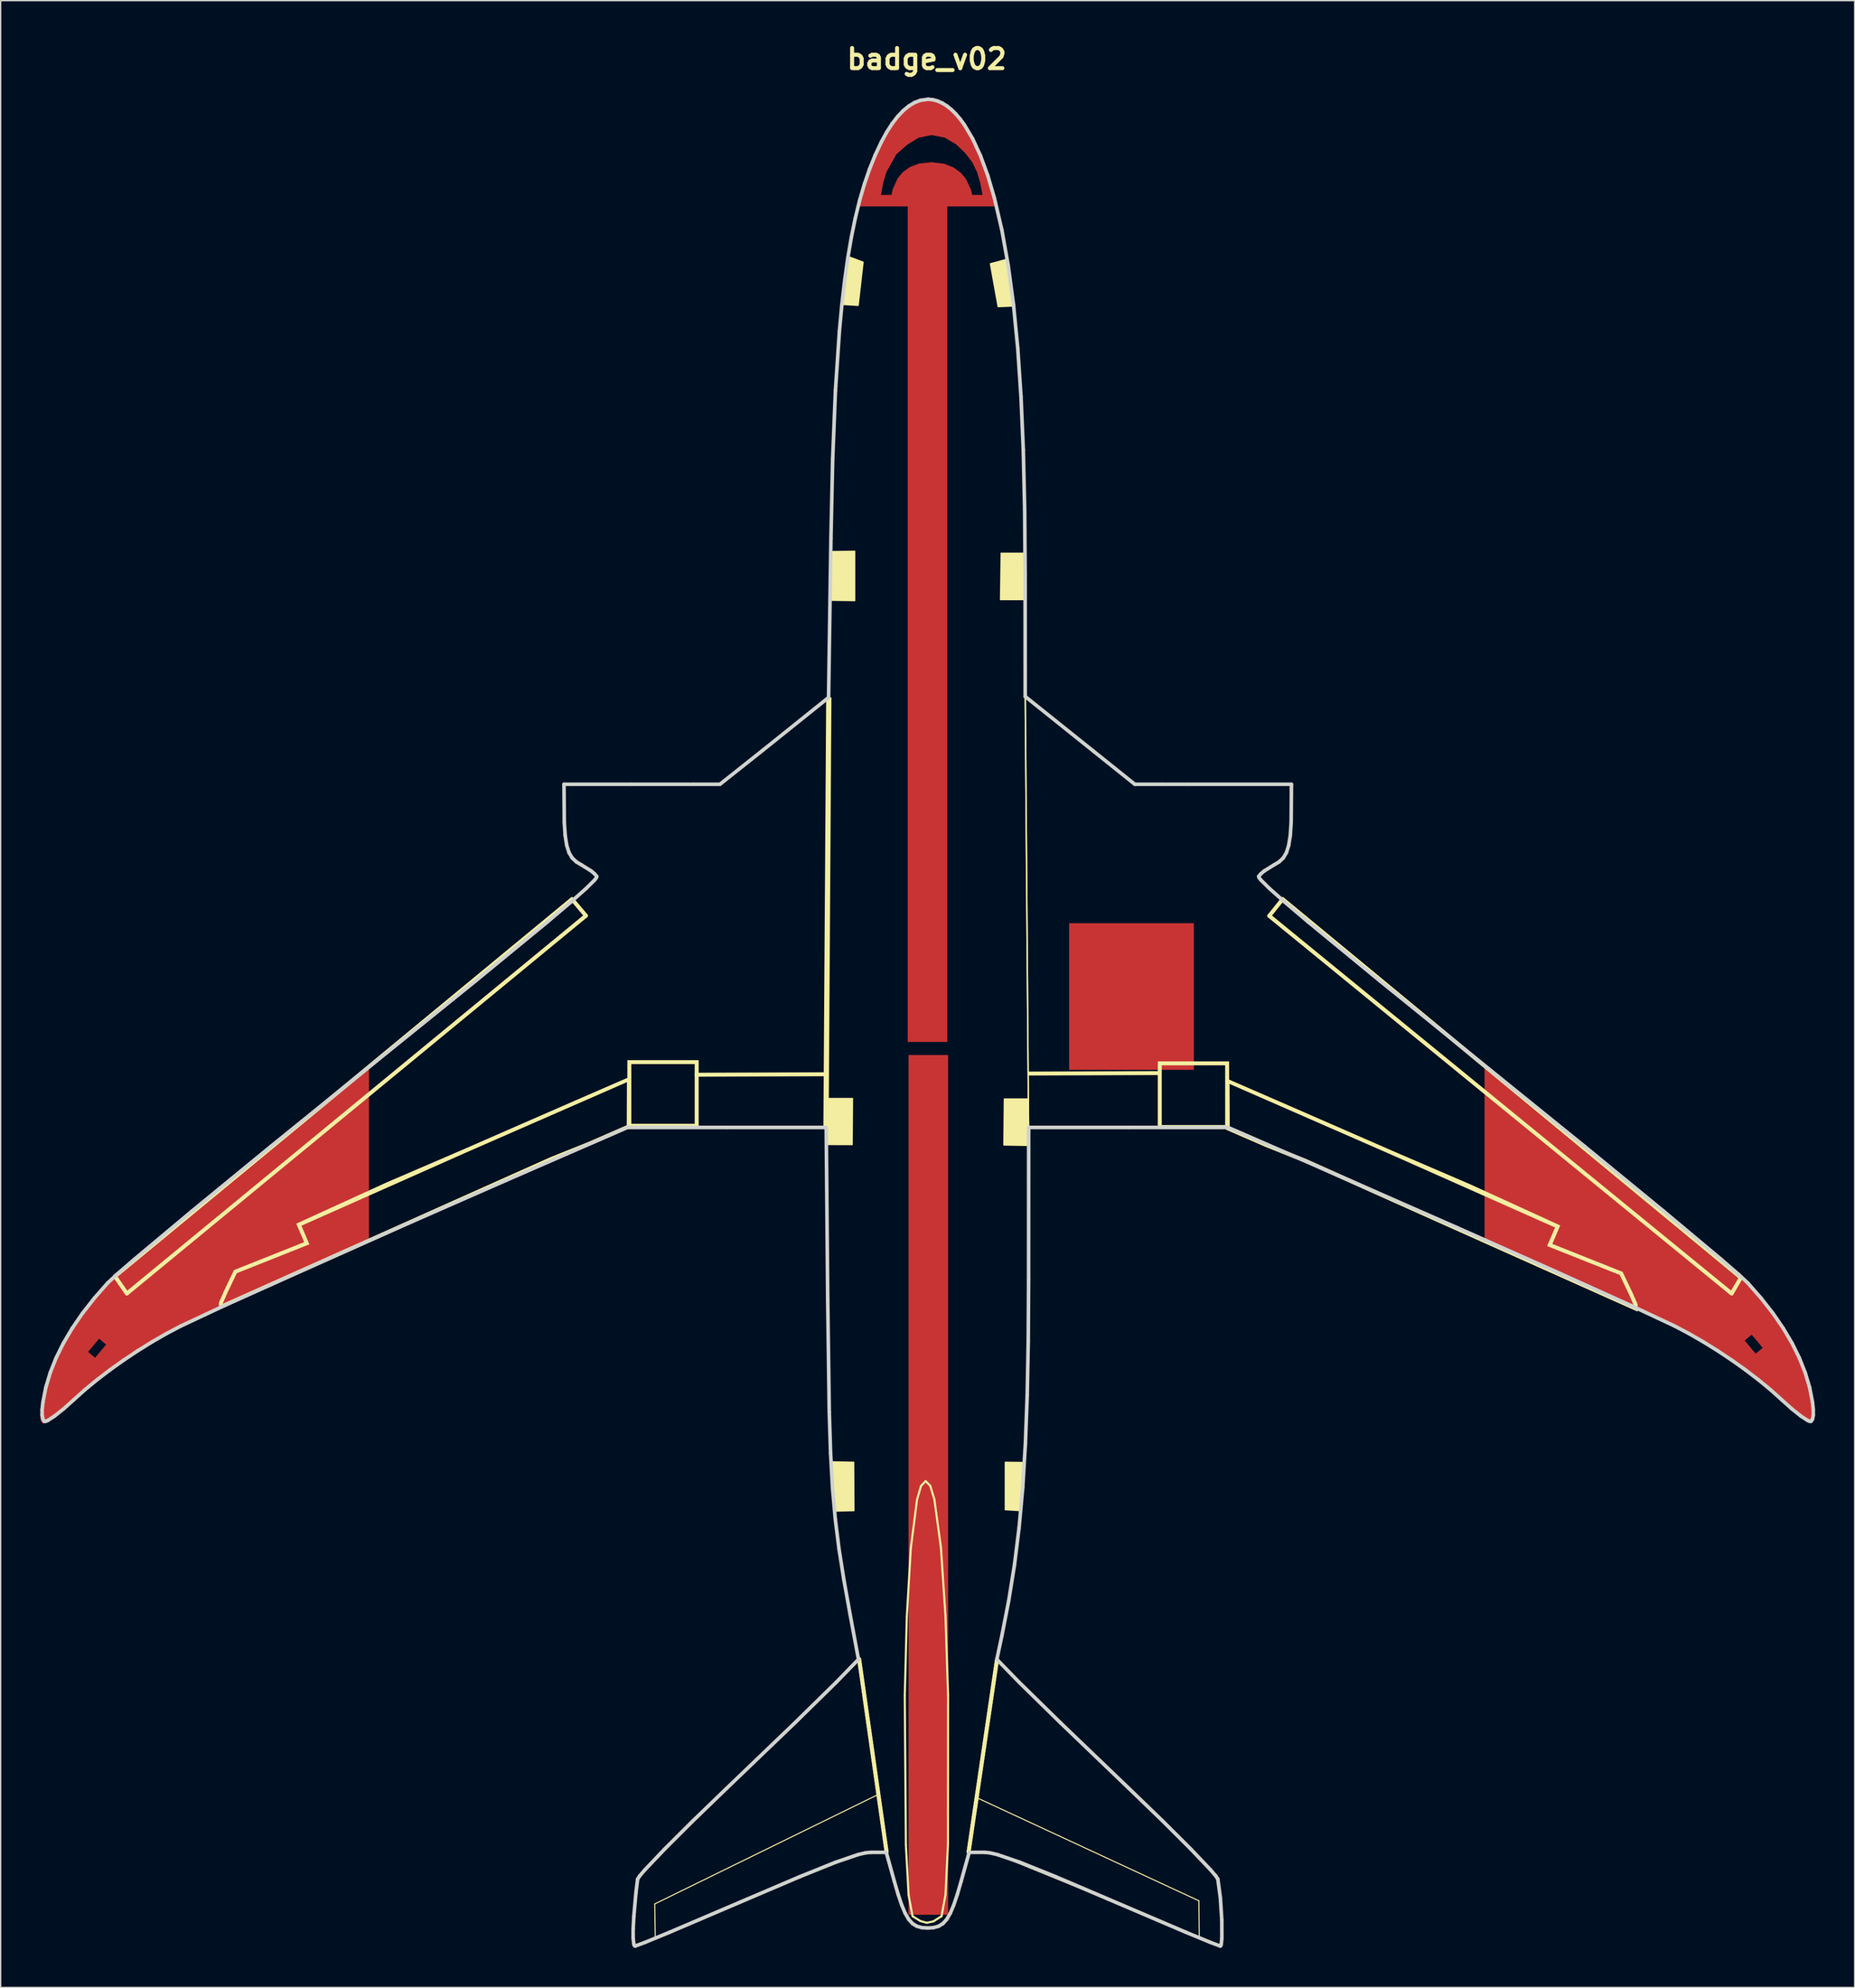
<source format=kicad_pcb>
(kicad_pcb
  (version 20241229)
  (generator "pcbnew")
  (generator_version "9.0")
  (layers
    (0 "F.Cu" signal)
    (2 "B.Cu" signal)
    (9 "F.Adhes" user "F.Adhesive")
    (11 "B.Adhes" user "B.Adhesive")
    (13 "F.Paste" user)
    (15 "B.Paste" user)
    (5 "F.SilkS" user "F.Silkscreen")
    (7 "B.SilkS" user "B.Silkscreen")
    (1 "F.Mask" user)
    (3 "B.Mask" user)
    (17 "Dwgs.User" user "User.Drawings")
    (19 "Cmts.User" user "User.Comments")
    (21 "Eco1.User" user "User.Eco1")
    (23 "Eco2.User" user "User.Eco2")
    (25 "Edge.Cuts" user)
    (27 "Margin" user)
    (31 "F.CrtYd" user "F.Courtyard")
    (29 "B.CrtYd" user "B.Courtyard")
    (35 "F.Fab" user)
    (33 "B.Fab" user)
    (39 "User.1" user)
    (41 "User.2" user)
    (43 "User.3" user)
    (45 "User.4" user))
  (footprint "badge_v02"
    (layer "F.Cu")
    (at 67.226 74.476)
    (property "Reference" "badge_v02" (at 0 -73.05 0) (layer "F.SilkS") (effects (font (size 1.524 1.524) (thickness 0.305))))
    (attr smd)
    (fp_poly (pts (xy -1.442 -63.713) (xy 1.558 -63.713) (xy 1.558 1.461) (xy -1.442 1.461) (xy -1.442 -63.713)) (stroke (width 0) (type solid)) (fill yes) (layer "F.Cu"))
    (fp_poly (pts (xy -1.381 2.454) (xy 1.619 2.454) (xy 1.619 67.628) (xy -1.381 67.628) (xy -1.381 2.454)) (stroke (width 0) (type solid)) (fill yes) (layer "F.Cu"))
    (fp_poly (pts (xy 10.798 -7.539) (xy 20.254 -7.539) (xy 20.254 3.575) (xy 10.798 3.575) (xy 10.798 -7.539)) (stroke (width 0) (type solid)) (fill yes) (layer "F.Cu"))
    (fp_poly (pts (xy -42.298 3.393) (xy -62.76 23.959) (xy -62.228 24.405) (xy -63.065 25.403) (xy -63.597 24.956) (xy -62.76 23.959) (xy -42.298 3.393) (xy -42.804 3.802) (xy -49.861 9.511) (xy -55.882 14.448) (xy -60.228 18.084) (xy -61.574 19.249) (xy -62.262 19.891) (xy -63.268 21.036) (xy -64.162 22.177) (xy -64.944 23.315) (xy -65.615 24.447) (xy -66.172 25.574) (xy -66.617 26.695) (xy -66.948 27.81) (xy -67.166 28.917) (xy -67.225 29.472) (xy -67.226 29.908) (xy -67.169 30.212) (xy -67.054 30.375) (xy -66.955 30.375) (xy -66.786 30.302) (xy -66.274 29.967) (xy -65.593 29.424) (xy -64.816 28.728) (xy -63.992 27.988) (xy -63.078 27.236) (xy -62.093 26.484) (xy -61.055 25.744) (xy -59.981 25.029) (xy -58.891 24.352) (xy -57.802 23.725) (xy -56.733 23.161) (xy -53.398 21.595) (xy -47.571 18.961) (xy -42.298 16.617) (xy -42.298 3.393)) (stroke (width 0) (type solid)) (fill yes) (layer "F.Cu"))
    (fp_poly (pts (xy 42.298 3.241) (xy 62.554 23.652) (xy 63.391 24.649) (xy 62.859 25.096) (xy 62.022 24.098) (xy 62.554 23.652) (xy 42.298 3.241) (xy 42.298 16.465) (xy 47.571 18.809) (xy 53.398 21.443) (xy 56.732 23.009) (xy 57.802 23.574) (xy 58.891 24.2) (xy 59.981 24.877) (xy 61.055 25.592) (xy 62.093 26.332) (xy 63.078 27.084) (xy 63.992 27.836) (xy 64.816 28.576) (xy 65.593 29.272) (xy 66.274 29.815) (xy 66.786 30.15) (xy 66.955 30.223) (xy 67.054 30.223) (xy 67.168 30.06) (xy 67.226 29.756) (xy 67.225 29.32) (xy 67.166 28.765) (xy 66.948 27.658) (xy 66.617 26.543) (xy 66.172 25.423) (xy 65.615 24.295) (xy 64.944 23.163) (xy 64.162 22.025) (xy 63.267 20.884) (xy 62.262 19.739) (xy 61.574 19.097) (xy 60.228 17.932) (xy 55.882 14.296) (xy 49.861 9.359) (xy 42.804 3.65) (xy 42.298 3.241)) (stroke (width 0) (type solid)) (fill yes) (layer "F.Cu"))
    (fp_poly (pts (xy 0.108 -70.002) (xy 0.362 -67.288) (xy 1.364 -67.092) (xy 2.219 -66.59) (xy 2.917 -65.923) (xy 3.448 -65.23) (xy 3.819 -64.472) (xy 4.06 -63.66) (xy 4.228 -62.747) (xy 3.448 -62.747) (xy 3.361 -63.132) (xy 2.96 -63.979) (xy 2.574 -64.433) (xy 2.031 -64.832) (xy 1.302 -65.116) (xy 0.362 -65.23) (xy -0.576 -65.131) (xy -1.299 -64.853) (xy -1.835 -64.456) (xy -2.211 -63.998) (xy -2.594 -63.139) (xy -2.673 -62.747) (xy -3.469 -62.747) (xy -3.302 -63.676) (xy -3.057 -64.49) (xy -2.299 -65.838) (xy -1.461 -66.569) (xy -0.629 -67.08) (xy 0.362 -67.288) (xy 0.108 -70.002) (xy -0.485 -69.919) (xy -0.92 -69.752) (xy -1.354 -69.492) (xy -1.784 -69.138) (xy -2.209 -68.689) (xy -2.628 -68.145) (xy -3.039 -67.505) (xy -3.44 -66.769) (xy -3.906 -65.777) (xy -4.335 -64.714) (xy -4.729 -63.567) (xy -5.091 -62.329) (xy -5.202 -61.878) (xy 5.278 -61.878) (xy 5.13 -62.51) (xy 4.624 -64.227) (xy 4.072 -65.727) (xy 3.48 -67.007) (xy 2.854 -68.064) (xy 2.531 -68.507) (xy 2.2 -68.894) (xy 1.865 -69.223) (xy 1.525 -69.495) (xy 1.181 -69.709) (xy 0.834 -69.864) (xy 0.484 -69.961) (xy 0.108 -70.002)) (stroke (width 0) (type solid)) (fill yes) (layer "F.Cu"))
    (fp_poly (pts (xy -63.597 24.956) (xy -62.76 23.958) (xy -62.228 24.405) (xy -63.065 25.403) (xy -63.597 24.956)) (stroke (width 0) (type solid)) (fill yes) (layer "F.Mask"))
    (fp_poly (pts (xy 63.392 24.649) (xy 62.554 23.652) (xy 62.022 24.098) (xy 62.859 25.096) (xy 63.392 24.649)) (stroke (width 0) (type solid)) (fill yes) (layer "F.Mask"))
    (fp_poly (pts (xy -3.678 -63.717) (xy -3.433 -64.531) (xy -2.675 -65.879) (xy -1.838 -66.61) (xy -1.006 -67.121) (xy -0.014 -67.328) (xy 0.988 -67.133) (xy 1.843 -66.631) (xy 2.54 -65.964) (xy 3.071 -65.271) (xy 3.443 -64.513) (xy 3.684 -63.701) (xy 3.852 -62.788) (xy 3.071 -62.788) (xy 2.985 -63.173) (xy 2.584 -64.02) (xy 2.198 -64.474) (xy 1.655 -64.873) (xy 0.926 -65.157) (xy -0.014 -65.271) (xy -0.953 -65.172) (xy -1.676 -64.894) (xy -2.211 -64.496) (xy -2.587 -64.039) (xy -2.97 -63.18) (xy -3.049 -62.788) (xy -3.845 -62.788) (xy -3.678 -63.717)) (stroke (width 0.07) (type solid)) (fill yes) (layer "F.Mask"))
    (fp_poly (pts (xy 19.26 -7.152) (xy 16.177 -5.154) (xy 16.256 -5.119) (xy 16.191 -5.038) (xy 16.125 -4.976) (xy 16.033 -5.093) (xy 15.941 -5.209) (xy 15.941 -5.209) (xy 16.019 -5.189) (xy 16.177 -5.154) (xy 19.26 -7.152) (xy 15.822 -4.675) (xy 15.715 -4.554) (xy 15.587 -4.43) (xy 15.573 -4.509) (xy 15.567 -4.703) (xy 15.577 -4.979) (xy 15.577 -4.979) (xy 15.705 -4.827) (xy 15.822 -4.675) (xy 19.26 -7.152) (xy 15.153 -3.93) (xy 15.047 -3.813) (xy 14.621 -3.309) (xy 14.107 -2.663) (xy 13.802 -2.279) (xy 13.783 -2.267) (xy 13.777 -2.279) (xy 13.787 -2.36) (xy 13.86 -2.702) (xy 13.976 -3.063) (xy 14.131 -3.432) (xy 14.322 -3.797) (xy 14.689 -4.363) (xy 15.055 -4.855) (xy 15.151 -4.965) (xy 15.151 -4.965) (xy 15.152 -4.448) (xy 15.153 -3.93) (xy 19.26 -7.152) (xy 19.067 -7.13) (xy 13.278 -1.773) (xy 13.349 -1.757) (xy 13.361 -1.726) (xy 13.269 -1.552) (xy 13.049 -1.209) (xy 12.64 -0.586) (xy 12.543 -0.426) (xy 12.468 -0.593) (xy 12.365 -0.847) (xy 12.282 -1.101) (xy 12.22 -1.354) (xy 12.179 -1.606) (xy 12.158 -1.781) (xy 12.158 -1.781) (xy 12.759 -1.781) (xy 13.278 -1.773) (xy 19.067 -7.13) (xy 18.845 -7.064) (xy 16.775 -4.931) (xy 16.956 -4.83) (xy 17.196 -4.679) (xy 17.423 -4.502) (xy 17.636 -4.302) (xy 17.833 -4.082) (xy 18.011 -3.844) (xy 18.167 -3.592) (xy 18.299 -3.328) (xy 18.406 -3.055) (xy 18.516 -2.63) (xy 18.571 -2.274) (xy 18.558 -2.245) (xy 18.486 -2.23) (xy 17.981 -2.222) (xy 17.39 -2.222) (xy 17.371 -2.353) (xy 17.301 -2.739) (xy 17.204 -3.097) (xy 17.102 -3.358) (xy 16.952 -3.678) (xy 16.781 -4.004) (xy 16.615 -4.284) (xy 16.449 -4.574) (xy 16.497 -4.645) (xy 16.612 -4.769) (xy 16.775 -4.931) (xy 16.775 -4.931) (xy 18.845 -7.064) (xy 18.595 -6.956) (xy 16.027 -4.129) (xy 16.089 -4.186) (xy 16.135 -4.203) (xy 16.135 -4.203) (xy 16.165 -4.191) (xy 16.195 -4.158) (xy 16.274 -4.037) (xy 16.502 -3.643) (xy 16.695 -3.229) (xy 16.84 -2.822) (xy 16.929 -2.446) (xy 16.965 -2.222) (xy 16.266 -2.222) (xy 15.566 -2.222) (xy 15.566 -2.91) (xy 15.566 -3.599) (xy 15.812 -3.883) (xy 16.027 -4.129) (xy 18.595 -6.956) (xy 18.32 -6.806) (xy 18.022 -6.616) (xy 15.153 -3.11) (xy 15.153 -2.666) (xy 15.153 -2.222) (xy 14.808 -2.222) (xy 14.463 -2.236) (xy 14.808 -2.68) (xy 15.153 -3.11) (xy 18.022 -6.616) (xy 17.704 -6.388) (xy 14.094 -1.767) (xy 14.623 -1.775) (xy 15.153 -1.783) (xy 15.153 -1.782) (xy 15.153 -0.402) (xy 15.146 0.976) (xy 14.856 0.595) (xy 14.476 0.053) (xy 14.306 -0.229) (xy 14.154 -0.519) (xy 14.025 -0.807) (xy 13.924 -1.082) (xy 13.823 -1.395) (xy 13.958 -1.581) (xy 14.094 -1.767) (xy 17.704 -6.388) (xy 17.366 -6.121) (xy 17.011 -5.816) (xy 16.788 -5.618) (xy 14.745 -5.193) (xy 14.752 -5.178) (xy 14.726 -5.132) (xy 14.55 -4.897) (xy 14.241 -4.464) (xy 13.967 -4.025) (xy 13.74 -3.602) (xy 13.572 -3.213) (xy 13.43 -2.72) (xy 13.38 -2.478) (xy 13.361 -2.308) (xy 13.361 -2.222) (xy 12.759 -2.222) (xy 12.158 -2.222) (xy 12.18 -2.41) (xy 12.255 -2.81) (xy 12.38 -3.195) (xy 12.552 -3.562) (xy 12.767 -3.905) (xy 13.021 -4.219) (xy 13.31 -4.499) (xy 13.632 -4.739) (xy 13.981 -4.935) (xy 14.34 -5.078) (xy 14.694 -5.185) (xy 14.745 -5.193) (xy 14.745 -5.193) (xy 16.788 -5.618) (xy 13.509 -0.959) (xy 13.586 -0.756) (xy 13.757 -0.371) (xy 13.982 0.046) (xy 14.251 0.475) (xy 14.55 0.893) (xy 14.749 1.162) (xy 14.755 1.188) (xy 14.722 1.192) (xy 14.491 1.13) (xy 14.055 0.965) (xy 13.649 0.746) (xy 13.289 0.484) (xy 13.13 0.34) (xy 12.989 0.189) (xy 12.854 0.031) (xy 12.917 -0.078) (xy 13.244 -0.573) (xy 13.509 -0.959) (xy 13.509 -0.959) (xy 16.788 -5.618) (xy 16.552 -5.697) (xy 16.267 -5.782) (xy 15.997 -5.836) (xy 15.707 -5.865) (xy 15.36 -5.873) (xy 15.567 -1.781) (xy 16.266 -1.781) (xy 16.965 -1.781) (xy 16.931 -1.567) (xy 16.878 -1.308) (xy 16.801 -1.045) (xy 16.701 -0.778) (xy 16.574 -0.503) (xy 16.422 -0.22) (xy 16.241 0.075) (xy 15.794 0.707) (xy 15.577 0.976) (xy 15.567 -0.402) (xy 15.567 -1.781) (xy 15.567 -1.781) (xy 15.36 -5.873) (xy 14.927 -5.86) (xy 14.603 -5.81) (xy 14.33 -5.741) (xy 14.065 -5.655) (xy 13.811 -5.551) (xy 13.567 -5.432) (xy 13.334 -5.296) (xy 13.112 -5.145) (xy 12.902 -4.979) (xy 12.704 -4.798) (xy 12.52 -4.604) (xy 12.348 -4.396) (xy 12.191 -4.175) (xy 12.048 -3.942) (xy 11.921 -3.697) (xy 11.809 -3.441) (xy 11.712 -3.174) (xy 11.633 -2.897) (xy 11.591 -2.715) (xy 11.568 -2.551) (xy 11.556 -2.002) (xy 18.363 -1.782) (xy 18.508 -1.766) (xy 18.546 -1.746) (xy 18.565 -1.715) (xy 18.562 -1.61) (xy 18.529 -1.433) (xy 18.479 -1.197) (xy 18.412 -0.967) (xy 18.33 -0.745) (xy 18.231 -0.53) (xy 18.117 -0.322) (xy 17.987 -0.122) (xy 17.841 0.069) (xy 17.679 0.252) (xy 17.387 0.524) (xy 17.058 0.761) (xy 16.708 0.954) (xy 16.352 1.094) (xy 16.039 1.182) (xy 15.946 1.202) (xy 16.166 0.916) (xy 16.419 0.574) (xy 16.641 0.24) (xy 16.834 -0.087) (xy 16.998 -0.408) (xy 17.133 -0.724) (xy 17.241 -1.036) (xy 17.32 -1.344) (xy 17.373 -1.65) (xy 17.389 -1.781) (xy 17.98 -1.781) (xy 18.363 -1.782) (xy 18.363 -1.782) (xy 18.363 -1.782) (xy 11.556 -2.002) (xy 11.567 -1.451) (xy 11.59 -1.288) (xy 11.632 -1.106) (xy 11.715 -0.823) (xy 11.817 -0.539) (xy 11.933 -0.271) (xy 12.057 -0.033) (xy 12.182 0.185) (xy 12.067 0.394) (xy 11.753 1.015) (xy 11.478 1.641) (xy 11.356 1.969) (xy 11.278 2.235) (xy 11.237 2.472) (xy 11.225 2.713) (xy 11.235 2.933) (xy 11.271 3.09) (xy 11.34 3.202) (xy 11.448 3.286) (xy 11.57 3.336) (xy 11.744 3.338) (xy 11.903 3.311) (xy 12.079 3.25) (xy 12.273 3.155) (xy 12.484 3.027) (xy 12.71 2.867) (xy 12.95 2.674) (xy 13.472 2.194) (xy 13.899 1.771) (xy 13.637 1.975) (xy 13.04 2.417) (xy 12.528 2.747) (xy 12.106 2.963) (xy 11.931 3.027) (xy 11.781 3.061) (xy 11.67 3.064) (xy 11.597 3.016) (xy 11.564 2.977) (xy 11.547 2.931) (xy 11.55 2.744) (xy 11.607 2.43) (xy 11.74 2.043) (xy 11.95 1.581) (xy 12.237 1.04) (xy 12.487 0.593) (xy 12.738 0.829) (xy 12.932 0.999) (xy 13.133 1.154) (xy 13.342 1.296) (xy 13.558 1.422) (xy 14.007 1.63) (xy 14.475 1.777) (xy 14.958 1.862) (xy 15.204 1.881) (xy 15.451 1.884) (xy 15.699 1.87) (xy 15.947 1.841) (xy 16.196 1.795) (xy 16.443 1.732) (xy 16.717 1.635) (xy 17.026 1.495) (xy 17.329 1.333) (xy 17.587 1.169) (xy 17.834 0.967) (xy 18.102 0.709) (xy 18.35 0.437) (xy 18.54 0.19) (xy 18.739 -0.146) (xy 18.909 -0.51) (xy 19.045 -0.891) (xy 19.142 -1.277) (xy 19.18 -1.598) (xy 19.193 -2.001) (xy 19.18 -2.405) (xy 19.142 -2.725) (xy 19.046 -3.111) (xy 18.913 -3.483) (xy 18.745 -3.841) (xy 18.54 -4.184) (xy 18.329 -4.459) (xy 18.054 -4.755) (xy 17.759 -5.03) (xy 17.486 -5.241) (xy 17.24 -5.403) (xy 17.487 -5.64) (xy 17.81 -5.935) (xy 18.123 -6.198) (xy 18.42 -6.422) (xy 18.694 -6.604) (xy 18.936 -6.738) (xy 19.139 -6.821) (xy 19.296 -6.847) (xy 19.354 -6.838) (xy 19.399 -6.813) (xy 19.438 -6.76) (xy 19.463 -6.683) (xy 19.472 -6.465) (xy 19.426 -6.169) (xy 19.327 -5.803) (xy 19.254 -5.591) (xy 19.211 -5.503) (xy 19.026 -5.7) (xy 18.896 -5.843) (xy 18.866 -5.86) (xy 18.854 -5.845) (xy 18.747 -4.382) (xy 19.328 -4.864) (xy 19.905 -5.351) (xy 19.769 -5.369) (xy 19.503 -5.39) (xy 19.41 -5.398) (xy 19.372 -5.413) (xy 19.496 -5.728) (xy 19.595 -5.981) (xy 19.667 -6.21) (xy 19.711 -6.415) (xy 19.73 -6.595) (xy 19.721 -6.751) (xy 19.685 -6.884) (xy 19.622 -6.992) (xy 19.533 -7.077) (xy 19.411 -7.134) (xy 19.26 -7.153) (xy 19.26 -7.152)) (stroke (width 0.007) (type solid)) (fill yes) (layer "F.Mask"))
    (fp_line (start -61.559 19.23) (end -60.656 20.534) (stroke (width 0.3) (type solid)) (layer "F.SilkS"))
    (fp_line (start -60.656 20.534) (end -25.844 -8.108) (stroke (width 0.3) (type solid)) (layer "F.SilkS"))
    (fp_line (start -26.902 -9.362) (end -61.559 19.23) (stroke (width 0.3) (type solid)) (layer "F.SilkS"))
    (fp_line (start -25.844 -8.108) (end -26.902 -9.362) (stroke (width 0.3) (type solid)) (layer "F.SilkS"))
    (fp_line (start -20.627 66.808) (end -3.673 58.506) (stroke (width 0.079) (type solid)) (layer "F.SilkS"))
    (fp_line (start -20.589 69.323) (end -20.627 66.808) (stroke (width 0.079) (type solid)) (layer "F.SilkS"))
    (fp_line (start -19.775 69.07) (end -20.589 69.323) (stroke (width 0.079) (type solid)) (layer "F.SilkS"))
    (fp_line (start -17.65 68.202) (end -19.775 69.07) (stroke (width 0.079) (type solid)) (layer "F.SilkS"))
    (fp_line (start -14.704 66.956) (end -17.65 68.202) (stroke (width 0.079) (type solid)) (layer "F.SilkS"))
    (fp_line (start -11.425 65.569) (end -14.704 66.956) (stroke (width 0.079) (type solid)) (layer "F.SilkS"))
    (fp_line (start -8.303 64.276) (end -11.425 65.569) (stroke (width 0.079) (type solid)) (layer "F.SilkS"))
    (fp_line (start -5.825 63.315) (end -8.303 64.276) (stroke (width 0.079) (type solid)) (layer "F.SilkS"))
    (fp_line (start -5.127 48.248) (end -3.046 62.87) (stroke (width 0.3) (type solid)) (layer "F.SilkS"))
    (fp_line (start -4.482 62.923) (end -5.825 63.315) (stroke (width 0.079) (type solid)) (layer "F.SilkS"))
    (fp_line (start -3.673 58.506) (end -3.048 62.862) (stroke (width 0.079) (type solid)) (layer "F.SilkS"))
    (fp_line (start -3.048 62.862) (end -4.482 62.923) (stroke (width 0.079) (type solid)) (layer "F.SilkS"))
    (fp_line (start -3.046 62.87) (end -5.127 48.248) (stroke (width 0.3) (type solid)) (layer "F.SilkS"))
    (fp_line (start -1.667 51.024) (end -1.583 62.326) (stroke (width 0.159) (type solid)) (layer "F.SilkS"))
    (fp_line (start -1.583 62.326) (end -1.376 66.143) (stroke (width 0.159) (type solid)) (layer "F.SilkS"))
    (fp_line (start -1.513 45.04) (end -1.667 51.024) (stroke (width 0.159) (type solid)) (layer "F.SilkS"))
    (fp_line (start -1.376 66.143) (end -1.078 67.738) (stroke (width 0.159) (type solid)) (layer "F.SilkS"))
    (fp_line (start -1.208 39.833) (end -1.513 45.04) (stroke (width 0.159) (type solid)) (layer "F.SilkS"))
    (fp_line (start -1.078 67.738) (end -0.487 68.102) (stroke (width 0.159) (type solid)) (layer "F.SilkS"))
    (fp_line (start -0.737 36.154) (end -1.208 39.833) (stroke (width 0.159) (type solid)) (layer "F.SilkS"))
    (fp_line (start -0.487 68.102) (end 0.007 68.239) (stroke (width 0.159) (type solid)) (layer "F.SilkS"))
    (fp_line (start -0.435 35.121) (end -0.737 36.154) (stroke (width 0.159) (type solid)) (layer "F.SilkS"))
    (fp_line (start -0.086 34.752) (end -0.085 34.752) (stroke (width 0.159) (type solid)) (layer "F.SilkS"))
    (fp_line (start -0.085 34.752) (end -0.435 35.121) (stroke (width 0.159) (type solid)) (layer "F.SilkS"))
    (fp_line (start 0.007 68.239) (end 0.508 68.127) (stroke (width 0.159) (type solid)) (layer "F.SilkS"))
    (fp_line (start 0.266 35.109) (end -0.086 34.752) (stroke (width 0.159) (type solid)) (layer "F.SilkS"))
    (fp_line (start 0.508 68.127) (end 1.121 67.738) (stroke (width 0.159) (type solid)) (layer "F.SilkS"))
    (fp_line (start 0.576 36.13) (end 0.266 35.109) (stroke (width 0.159) (type solid)) (layer "F.SilkS"))
    (fp_line (start 1.075 39.791) (end 0.576 36.13) (stroke (width 0.159) (type solid)) (layer "F.SilkS"))
    (fp_line (start 1.121 67.738) (end 1.42 66.115) (stroke (width 0.159) (type solid)) (layer "F.SilkS"))
    (fp_line (start 1.419 44.985) (end 1.075 39.791) (stroke (width 0.159) (type solid)) (layer "F.SilkS"))
    (fp_line (start 1.42 66.115) (end 1.608 62.278) (stroke (width 0.159) (type solid)) (layer "F.SilkS"))
    (fp_line (start 1.608 62.278) (end 1.616 50.964) (stroke (width 0.159) (type solid)) (layer "F.SilkS"))
    (fp_line (start 1.616 50.964) (end 1.419 44.985) (stroke (width 0.159) (type solid)) (layer "F.SilkS"))
    (fp_line (start 3.174 62.87) (end 5.331 48.248) (stroke (width 0.3) (type solid)) (layer "F.SilkS"))
    (fp_line (start 3.193 62.856) (end 3.801 58.757) (stroke (width 0.079) (type solid)) (layer "F.SilkS"))
    (fp_line (start 3.801 58.757) (end 20.634 66.57) (stroke (width 0.079) (type solid)) (layer "F.SilkS"))
    (fp_line (start 5.261 63.035) (end 3.193 62.856) (stroke (width 0.079) (type solid)) (layer "F.SilkS"))
    (fp_line (start 5.331 48.248) (end 3.174 62.87) (stroke (width 0.3) (type solid)) (layer "F.SilkS"))
    (fp_line (start 7.47 -24.694) (end 7.718 7.902) (stroke (width 0.106) (type solid)) (layer "F.SilkS"))
    (fp_line (start 7.718 7.902) (end 7.47 -24.694) (stroke (width 0.106) (type solid)) (layer "F.SilkS"))
    (fp_line (start 20.634 66.57) (end 20.665 69.311) (stroke (width 0.079) (type solid)) (layer "F.SilkS"))
    (fp_line (start 20.665 69.311) (end 5.261 63.035) (stroke (width 0.079) (type solid)) (layer "F.SilkS"))
    (fp_line (start 25.972 -8.095) (end 61.034 20.534) (stroke (width 0.3) (type solid)) (layer "F.SilkS"))
    (fp_line (start 26.988 -9.362) (end 25.972 -8.095) (stroke (width 0.3) (type solid)) (layer "F.SilkS"))
    (fp_line (start 61.034 20.534) (end 61.737 19.33) (stroke (width 0.3) (type solid)) (layer "F.SilkS"))
    (fp_line (start 61.737 19.33) (end 26.988 -9.362) (stroke (width 0.3) (type solid)) (layer "F.SilkS"))
    (fp_poly (pts (xy -7.676 5.738) (xy -5.619 5.738) (xy -5.647 9.254) (xy -7.64 9.249) (xy -7.676 5.738)) (stroke (width 0.07) (type solid)) (fill yes) (layer "F.SilkS"))
    (fp_poly (pts (xy -7.627 -24.66) (xy -7.839 8.008) (xy -7.441 8.01) (xy -7.228 -24.658) (xy -7.627 -24.66)) (stroke (width 0) (type solid)) (fill yes) (layer "F.SilkS"))
    (fp_poly (pts (xy -7.623 3.761) (xy -17.589 3.797) (xy -17.589 4.097) (xy -7.623 4.062) (xy -7.623 3.761)) (stroke (width 0) (type solid)) (fill yes) (layer "F.SilkS"))
    (fp_poly (pts (xy -7.335 -35.721) (xy -5.454 -35.746) (xy -5.454 -31.984) (xy -7.36 -32.009) (xy -7.335 -35.721)) (stroke (width 0.07) (type solid)) (fill yes) (layer "F.SilkS"))
    (fp_poly (pts (xy -7.286 33.28) (xy -5.53 33.315) (xy -5.512 37.004) (xy -7.037 37.04) (xy -7.286 33.28)) (stroke (width 0.07) (type solid)) (fill yes) (layer "F.SilkS"))
    (fp_poly (pts (xy -5.881 -58.057) (xy -4.821 -57.658) (xy -5.195 -54.367) (xy -6.442 -54.442) (xy -5.881 -58.057)) (stroke (width 0.078) (type solid)) (fill yes) (layer "F.SilkS"))
    (fp_poly (pts (xy 6.05 -57.866) (xy 4.821 -57.535) (xy 5.409 -54.273) (xy 6.604 -54.323) (xy 6.05 -57.866)) (stroke (width 0.083) (type solid)) (fill yes) (layer "F.SilkS"))
    (fp_poly (pts (xy 7.399 33.333) (xy 5.944 33.315) (xy 5.944 36.933) (xy 7.115 37.004) (xy 7.399 33.333)) (stroke (width 0.07) (type solid)) (fill yes) (layer "F.SilkS"))
    (fp_poly (pts (xy 7.438 -35.596) (xy 5.632 -35.596) (xy 5.582 -32.06) (xy 7.413 -32.06) (xy 7.438 -35.596)) (stroke (width 0.07) (type solid)) (fill yes) (layer "F.SilkS"))
    (fp_poly (pts (xy 7.718 5.774) (xy 5.873 5.774) (xy 5.838 9.285) (xy 7.753 9.321) (xy 7.718 5.774)) (stroke (width 0.07) (type solid)) (fill yes) (layer "F.SilkS"))
    (fp_poly (pts (xy 17.649 3.674) (xy 7.682 3.709) (xy 7.682 4.008) (xy 17.649 3.973) (xy 17.649 3.674)) (stroke (width 0) (type solid)) (fill yes) (layer "F.SilkS"))
    (fp_poly (pts (xy -22.704 2.842) (xy -22.403 3.141) (xy -17.597 3.141) (xy -17.597 7.666) (xy -22.403 7.666) (xy -22.403 3.141) (xy -22.704 2.842) (xy -22.704 7.965) (xy -17.296 7.965) (xy -17.296 2.842) (xy -19.099 2.842) (xy -20.901 2.842) (xy -22.704 2.842)) (stroke (width 0) (type solid)) (fill yes) (layer "F.SilkS"))
    (fp_poly (pts (xy 17.52 2.935) (xy 17.821 3.234) (xy 22.627 3.234) (xy 22.627 7.76) (xy 17.821 7.76) (xy 17.821 3.234) (xy 17.52 2.935) (xy 17.52 8.058) (xy 22.928 8.058) (xy 22.928 2.935) (xy 21.125 2.935) (xy 19.323 2.935) (xy 17.52 2.935)) (stroke (width 0) (type solid)) (fill yes) (layer "F.SilkS"))
    (fp_poly (pts (xy -35.097 9.59) (xy -47.418 15.394) (xy -34.976 9.865) (xy -22.736 4.511) (xy -22.75 7.775) (xy -25.625 9.029) (xy -28.511 10.187) (xy -28.517 10.189) (xy -53.377 21.31) (xy -53.377 21.279) (xy -53.027 20.474) (xy -52.32 18.994) (xy -46.814 16.805) (xy -47.418 15.394) (xy -35.097 9.59) (xy -40.981 12.12) (xy -47.81 15.24) (xy -47.211 16.638) (xy -52.539 18.76) (xy -53.298 20.349) (xy -53.675 21.215) (xy -53.681 21.775) (xy -28.41 10.47) (xy -28.4 10.466) (xy -25.454 9.283) (xy -22.541 8.013) (xy -22.451 7.974) (xy -22.424 4.064) (xy -24.539 4.982) (xy -26.652 5.901) (xy -28.764 6.822) (xy -30.876 7.744) (xy -32.987 8.667) (xy -35.097 9.59) (xy -35.097 9.59)) (stroke (width 0) (type solid)) (fill yes) (layer "F.SilkS"))
    (fp_poly (pts (xy 35.324 9.722) (xy 47.644 15.527) (xy 35.203 9.997) (xy 22.963 4.644) (xy 22.962 4.644) (xy 22.976 7.907) (xy 25.851 9.161) (xy 28.738 10.32) (xy 28.744 10.322) (xy 53.603 21.443) (xy 53.603 21.411) (xy 53.254 20.607) (xy 52.547 19.126) (xy 47.041 16.937) (xy 47.644 15.527) (xy 35.324 9.722) (xy 41.208 12.252) (xy 48.037 15.372) (xy 47.437 16.771) (xy 52.765 18.892) (xy 53.525 20.482) (xy 53.902 21.347) (xy 53.908 21.907) (xy 28.637 10.603) (xy 28.627 10.599) (xy 25.681 9.415) (xy 22.767 8.146) (xy 22.677 8.106) (xy 22.651 4.196) (xy 24.766 5.114) (xy 26.879 6.034) (xy 28.991 6.955) (xy 31.102 7.877) (xy 33.213 8.799) (xy 35.324 9.722) (xy 35.324 9.722)) (stroke (width 0) (type solid)) (fill yes) (layer "F.SilkS"))
    (fp_line (start -67.079 29.756) (end -67.022 30.061) (stroke (width 0.273) (type solid)) (layer "Edge.Cuts"))
    (fp_line (start -67.079 29.321) (end -67.079 29.756) (stroke (width 0.273) (type solid)) (layer "Edge.Cuts"))
    (fp_line (start -67.022 30.061) (end -66.907 30.223) (stroke (width 0.273) (type solid)) (layer "Edge.Cuts"))
    (fp_line (start -67.019 28.765) (end -67.079 29.321) (stroke (width 0.273) (type solid)) (layer "Edge.Cuts"))
    (fp_line (start -66.907 30.223) (end -66.808 30.223) (stroke (width 0.273) (type solid)) (layer "Edge.Cuts"))
    (fp_line (start -66.808 30.223) (end -66.639 30.15) (stroke (width 0.273) (type solid)) (layer "Edge.Cuts"))
    (fp_line (start -66.802 27.658) (end -67.019 28.765) (stroke (width 0.273) (type solid)) (layer "Edge.Cuts"))
    (fp_line (start -66.639 30.15) (end -66.127 29.815) (stroke (width 0.273) (type solid)) (layer "Edge.Cuts"))
    (fp_line (start -66.47 26.544) (end -66.802 27.658) (stroke (width 0.273) (type solid)) (layer "Edge.Cuts"))
    (fp_line (start -66.127 29.815) (end -65.446 29.273) (stroke (width 0.273) (type solid)) (layer "Edge.Cuts"))
    (fp_line (start -66.026 25.423) (end -66.47 26.544) (stroke (width 0.273) (type solid)) (layer "Edge.Cuts"))
    (fp_line (start -65.468 24.296) (end -66.026 25.423) (stroke (width 0.273) (type solid)) (layer "Edge.Cuts"))
    (fp_line (start -65.446 29.273) (end -64.669 28.576) (stroke (width 0.273) (type solid)) (layer "Edge.Cuts"))
    (fp_line (start -64.798 23.163) (end -65.468 24.296) (stroke (width 0.273) (type solid)) (layer "Edge.Cuts"))
    (fp_line (start -64.669 28.576) (end -63.845 27.836) (stroke (width 0.273) (type solid)) (layer "Edge.Cuts"))
    (fp_line (start -64.016 22.026) (end -64.798 23.163) (stroke (width 0.273) (type solid)) (layer "Edge.Cuts"))
    (fp_line (start -63.845 27.836) (end -62.932 27.084) (stroke (width 0.273) (type solid)) (layer "Edge.Cuts"))
    (fp_line (start -63.122 20.886) (end -64.016 22.026) (stroke (width 0.273) (type solid)) (layer "Edge.Cuts"))
    (fp_line (start -62.932 27.084) (end -61.947 26.332) (stroke (width 0.273) (type solid)) (layer "Edge.Cuts"))
    (fp_line (start -62.117 19.742) (end -63.122 20.886) (stroke (width 0.273) (type solid)) (layer "Edge.Cuts"))
    (fp_line (start -61.947 26.332) (end -60.908 25.592) (stroke (width 0.273) (type solid)) (layer "Edge.Cuts"))
    (fp_line (start -61.43 19.1) (end -62.117 19.742) (stroke (width 0.273) (type solid)) (layer "Edge.Cuts"))
    (fp_line (start -60.908 25.592) (end -59.834 24.877) (stroke (width 0.273) (type solid)) (layer "Edge.Cuts"))
    (fp_line (start -60.084 17.936) (end -61.43 19.1) (stroke (width 0.273) (type solid)) (layer "Edge.Cuts"))
    (fp_line (start -59.834 24.877) (end -58.744 24.2) (stroke (width 0.273) (type solid)) (layer "Edge.Cuts"))
    (fp_line (start -58.744 24.2) (end -57.655 23.573) (stroke (width 0.273) (type solid)) (layer "Edge.Cuts"))
    (fp_line (start -57.655 23.573) (end -56.585 23.009) (stroke (width 0.273) (type solid)) (layer "Edge.Cuts"))
    (fp_line (start -56.585 23.009) (end -53.25 21.443) (stroke (width 0.273) (type solid)) (layer "Edge.Cuts"))
    (fp_line (start -55.738 14.301) (end -60.084 17.936) (stroke (width 0.273) (type solid)) (layer "Edge.Cuts"))
    (fp_line (start -53.25 21.443) (end -47.424 18.81) (stroke (width 0.273) (type solid)) (layer "Edge.Cuts"))
    (fp_line (start -49.716 9.364) (end -55.738 14.301) (stroke (width 0.273) (type solid)) (layer "Edge.Cuts"))
    (fp_line (start -47.424 18.81) (end -40.004 15.51) (stroke (width 0.273) (type solid)) (layer "Edge.Cuts"))
    (fp_line (start -42.658 3.655) (end -49.716 9.364) (stroke (width 0.273) (type solid)) (layer "Edge.Cuts"))
    (fp_line (start -40.004 15.51) (end -31.888 11.948) (stroke (width 0.273) (type solid)) (layer "Edge.Cuts"))
    (fp_line (start -34.206 -3.169) (end -42.658 3.655) (stroke (width 0.273) (type solid)) (layer "Edge.Cuts"))
    (fp_line (start -31.888 11.948) (end -22.705 7.944) (stroke (width 0.273) (type solid)) (layer "Edge.Cuts"))
    (fp_line (start -28.737 -7.661) (end -34.206 -3.169) (stroke (width 0.273) (type solid)) (layer "Edge.Cuts"))
    (fp_line (start -27.508 -18.071) (end -27.486 -15.177) (stroke (width 0.273) (type solid)) (layer "Edge.Cuts"))
    (fp_line (start -27.486 -15.177) (end -27.418 -14.185) (stroke (width 0.273) (type solid)) (layer "Edge.Cuts"))
    (fp_line (start -27.418 -14.185) (end -27.3 -13.437) (stroke (width 0.273) (type solid)) (layer "Edge.Cuts"))
    (fp_line (start -27.3 -13.437) (end -27.126 -12.886) (stroke (width 0.273) (type solid)) (layer "Edge.Cuts"))
    (fp_line (start -27.126 -12.886) (end -26.885 -12.485) (stroke (width 0.273) (type solid)) (layer "Edge.Cuts"))
    (fp_line (start -26.986 -9.146) (end -28.737 -7.661) (stroke (width 0.273) (type solid)) (layer "Edge.Cuts"))
    (fp_line (start -26.885 -12.485) (end -26.571 -12.19) (stroke (width 0.273) (type solid)) (layer "Edge.Cuts"))
    (fp_line (start -26.571 -12.19) (end -26.175 -11.953) (stroke (width 0.273) (type solid)) (layer "Edge.Cuts"))
    (fp_line (start -26.175 -11.953) (end -25.454 -11.506) (stroke (width 0.273) (type solid)) (layer "Edge.Cuts"))
    (fp_line (start -25.82 -10.182) (end -26.986 -9.146) (stroke (width 0.273) (type solid)) (layer "Edge.Cuts"))
    (fp_line (start -25.454 -11.506) (end -25.185 -11.28) (stroke (width 0.273) (type solid)) (layer "Edge.Cuts"))
    (fp_line (start -25.185 -11.28) (end -25.026 -11.091) (stroke (width 0.273) (type solid)) (layer "Edge.Cuts"))
    (fp_line (start -25.184 -10.815) (end -25.82 -10.182) (stroke (width 0.273) (type solid)) (layer "Edge.Cuts"))
    (fp_line (start -25.049 -10.995) (end -25.184 -10.815) (stroke (width 0.273) (type solid)) (layer "Edge.Cuts"))
    (fp_line (start -25.026 -11.091) (end -25.049 -10.995) (stroke (width 0.273) (type solid)) (layer "Edge.Cuts"))
    (fp_line (start -22.705 7.944) (end -15.164 7.944) (stroke (width 0.273) (type solid)) (layer "Edge.Cuts"))
    (fp_line (start -22.433 -18.071) (end -27.508 -18.071) (stroke (width 0.273) (type solid)) (layer "Edge.Cuts"))
    (fp_line (start -22.265 69.406) (end -22.213 69.849) (stroke (width 0.273) (type solid)) (layer "Edge.Cuts"))
    (fp_line (start -22.264 68.698) (end -22.265 69.406) (stroke (width 0.273) (type solid)) (layer "Edge.Cuts"))
    (fp_line (start -22.213 69.849) (end -22.168 69.962) (stroke (width 0.273) (type solid)) (layer "Edge.Cuts"))
    (fp_line (start -22.211 67.746) (end -22.264 68.698) (stroke (width 0.273) (type solid)) (layer "Edge.Cuts"))
    (fp_line (start -22.168 69.962) (end -22.11 70.001) (stroke (width 0.273) (type solid)) (layer "Edge.Cuts"))
    (fp_line (start -22.11 70.001) (end -21.357 69.721) (stroke (width 0.273) (type solid)) (layer "Edge.Cuts"))
    (fp_line (start -22.056 65.987) (end -22.211 67.746) (stroke (width 0.273) (type solid)) (layer "Edge.Cuts"))
    (fp_line (start -21.925 64.924) (end -22.056 65.987) (stroke (width 0.273) (type solid)) (layer "Edge.Cuts"))
    (fp_line (start -21.767 64.681) (end -21.925 64.924) (stroke (width 0.273) (type solid)) (layer "Edge.Cuts"))
    (fp_line (start -21.357 69.721) (end -19.507 68.957) (stroke (width 0.273) (type solid)) (layer "Edge.Cuts"))
    (fp_line (start -21.357 64.206) (end -21.767 64.681) (stroke (width 0.273) (type solid)) (layer "Edge.Cuts"))
    (fp_line (start -19.895 62.669) (end -21.357 64.206) (stroke (width 0.273) (type solid)) (layer "Edge.Cuts"))
    (fp_line (start -19.507 68.957) (end -13.627 66.447) (stroke (width 0.273) (type solid)) (layer "Edge.Cuts"))
    (fp_line (start -17.76 60.539) (end -19.895 62.669) (stroke (width 0.273) (type solid)) (layer "Edge.Cuts"))
    (fp_line (start -17.655 -18.071) (end -22.433 -18.071) (stroke (width 0.273) (type solid)) (layer "Edge.Cuts"))
    (fp_line (start -15.683 -18.071) (end -17.655 -18.071) (stroke (width 0.273) (type solid)) (layer "Edge.Cuts"))
    (fp_line (start -15.174 58.043) (end -17.76 60.539) (stroke (width 0.273) (type solid)) (layer "Edge.Cuts"))
    (fp_line (start -15.164 7.944) (end -7.623 7.944) (stroke (width 0.273) (type solid)) (layer "Edge.Cuts"))
    (fp_line (start -13.627 66.447) (end -9.621 64.739) (stroke (width 0.273) (type solid)) (layer "Edge.Cuts"))
    (fp_line (start -12.427 -20.654) (end -15.683 -18.071) (stroke (width 0.273) (type solid)) (layer "Edge.Cuts"))
    (fp_line (start -9.994 53.075) (end -15.174 58.043) (stroke (width 0.273) (type solid)) (layer "Edge.Cuts"))
    (fp_line (start -9.621 64.739) (end -6.903 63.645) (stroke (width 0.273) (type solid)) (layer "Edge.Cuts"))
    (fp_line (start -7.623 7.944) (end -7.511 20.998) (stroke (width 0.273) (type solid)) (layer "Edge.Cuts"))
    (fp_line (start -7.511 20.998) (end -7.393 29.503) (stroke (width 0.273) (type solid)) (layer "Edge.Cuts"))
    (fp_line (start -7.445 -24.648) (end -12.427 -20.654) (stroke (width 0.273) (type solid)) (layer "Edge.Cuts"))
    (fp_line (start -7.393 29.503) (end -7.292 32.642) (stroke (width 0.273) (type solid)) (layer "Edge.Cuts"))
    (fp_line (start -7.292 32.642) (end -7.144 35.292) (stroke (width 0.273) (type solid)) (layer "Edge.Cuts"))
    (fp_line (start -7.266 -36.715) (end -7.445 -24.648) (stroke (width 0.273) (type solid)) (layer "Edge.Cuts"))
    (fp_line (start -7.144 35.292) (end -6.935 37.647) (stroke (width 0.273) (type solid)) (layer "Edge.Cuts"))
    (fp_line (start -7.134 -42.723) (end -7.266 -36.715) (stroke (width 0.273) (type solid)) (layer "Edge.Cuts"))
    (fp_line (start -6.935 37.647) (end -6.654 39.897) (stroke (width 0.273) (type solid)) (layer "Edge.Cuts"))
    (fp_line (start -6.924 -47.931) (end -7.134 -42.723) (stroke (width 0.273) (type solid)) (layer "Edge.Cuts"))
    (fp_line (start -6.903 63.645) (end -5.2 63.065) (stroke (width 0.273) (type solid)) (layer "Edge.Cuts"))
    (fp_line (start -6.858 49.998) (end -9.994 53.075) (stroke (width 0.273) (type solid)) (layer "Edge.Cuts"))
    (fp_line (start -6.654 39.897) (end -6.284 42.234) (stroke (width 0.273) (type solid)) (layer "Edge.Cuts"))
    (fp_line (start -6.624 -52.417) (end -6.924 -47.931) (stroke (width 0.273) (type solid)) (layer "Edge.Cuts"))
    (fp_line (start -6.438 -54.414) (end -6.624 -52.417) (stroke (width 0.273) (type solid)) (layer "Edge.Cuts"))
    (fp_line (start -6.284 42.234) (end -5.814 44.85) (stroke (width 0.273) (type solid)) (layer "Edge.Cuts"))
    (fp_line (start -6.225 -56.26) (end -6.438 -54.414) (stroke (width 0.273) (type solid)) (layer "Edge.Cuts"))
    (fp_line (start -5.986 -57.964) (end -6.225 -56.26) (stroke (width 0.273) (type solid)) (layer "Edge.Cuts"))
    (fp_line (start -5.814 44.85) (end -5.177 48.268) (stroke (width 0.273) (type solid)) (layer "Edge.Cuts"))
    (fp_line (start -5.718 -59.537) (end -5.986 -57.964) (stroke (width 0.273) (type solid)) (layer "Edge.Cuts"))
    (fp_line (start -5.42 -60.989) (end -5.718 -59.537) (stroke (width 0.273) (type solid)) (layer "Edge.Cuts"))
    (fp_line (start -5.2 63.065) (end -4.645 62.935) (stroke (width 0.273) (type solid)) (layer "Edge.Cuts"))
    (fp_line (start -5.177 48.268) (end -6.858 49.998) (stroke (width 0.273) (type solid)) (layer "Edge.Cuts"))
    (fp_line (start -5.091 -62.329) (end -5.42 -60.989) (stroke (width 0.273) (type solid)) (layer "Edge.Cuts"))
    (fp_line (start -4.73 -63.567) (end -5.091 -62.329) (stroke (width 0.273) (type solid)) (layer "Edge.Cuts"))
    (fp_line (start -4.645 62.935) (end -4.242 62.896) (stroke (width 0.273) (type solid)) (layer "Edge.Cuts"))
    (fp_line (start -4.335 -64.713) (end -4.73 -63.567) (stroke (width 0.273) (type solid)) (layer "Edge.Cuts"))
    (fp_line (start -4.242 62.896) (end -3.07 62.898) (stroke (width 0.273) (type solid)) (layer "Edge.Cuts"))
    (fp_line (start -3.906 -65.777) (end -4.335 -64.713) (stroke (width 0.273) (type solid)) (layer "Edge.Cuts"))
    (fp_line (start -3.44 -66.769) (end -3.906 -65.777) (stroke (width 0.273) (type solid)) (layer "Edge.Cuts"))
    (fp_line (start -3.07 62.898) (end -2.462 65.082) (stroke (width 0.273) (type solid)) (layer "Edge.Cuts"))
    (fp_line (start -3.039 -67.505) (end -3.44 -66.769) (stroke (width 0.273) (type solid)) (layer "Edge.Cuts"))
    (fp_line (start -2.628 -68.145) (end -3.039 -67.505) (stroke (width 0.273) (type solid)) (layer "Edge.Cuts"))
    (fp_line (start -2.462 65.082) (end -2.168 66.089) (stroke (width 0.273) (type solid)) (layer "Edge.Cuts"))
    (fp_line (start -2.209 -68.689) (end -2.628 -68.145) (stroke (width 0.273) (type solid)) (layer "Edge.Cuts"))
    (fp_line (start -2.168 66.089) (end -1.898 66.893) (stroke (width 0.273) (type solid)) (layer "Edge.Cuts"))
    (fp_line (start -1.898 66.893) (end -1.637 67.515) (stroke (width 0.273) (type solid)) (layer "Edge.Cuts"))
    (fp_line (start -1.784 -69.138) (end -2.209 -68.689) (stroke (width 0.273) (type solid)) (layer "Edge.Cuts"))
    (fp_line (start -1.637 67.515) (end -1.369 67.975) (stroke (width 0.273) (type solid)) (layer "Edge.Cuts"))
    (fp_line (start -1.369 67.975) (end -1.08 68.296) (stroke (width 0.273) (type solid)) (layer "Edge.Cuts"))
    (fp_line (start -1.354 -69.492) (end -1.784 -69.138) (stroke (width 0.273) (type solid)) (layer "Edge.Cuts"))
    (fp_line (start -1.08 68.296) (end -0.753 68.498) (stroke (width 0.273) (type solid)) (layer "Edge.Cuts"))
    (fp_line (start -0.921 -69.752) (end -1.354 -69.492) (stroke (width 0.273) (type solid)) (layer "Edge.Cuts"))
    (fp_line (start -0.753 68.498) (end -0.373 68.604) (stroke (width 0.273) (type solid)) (layer "Edge.Cuts"))
    (fp_line (start -0.485 -69.919) (end -0.921 -69.752) (stroke (width 0.273) (type solid)) (layer "Edge.Cuts"))
    (fp_line (start -0.373 68.604) (end 0.074 68.634) (stroke (width 0.273) (type solid)) (layer "Edge.Cuts"))
    (fp_line (start 0.074 68.634) (end 0.521 68.604) (stroke (width 0.273) (type solid)) (layer "Edge.Cuts"))
    (fp_line (start 0.108 -70.002) (end -0.485 -69.919) (stroke (width 0.273) (type solid)) (layer "Edge.Cuts"))
    (fp_line (start 0.484 -69.961) (end 0.108 -70.002) (stroke (width 0.273) (type solid)) (layer "Edge.Cuts"))
    (fp_line (start 0.521 68.604) (end 0.9 68.498) (stroke (width 0.273) (type solid)) (layer "Edge.Cuts"))
    (fp_line (start 0.834 -69.864) (end 0.484 -69.961) (stroke (width 0.273) (type solid)) (layer "Edge.Cuts"))
    (fp_line (start 0.9 68.498) (end 1.227 68.296) (stroke (width 0.273) (type solid)) (layer "Edge.Cuts"))
    (fp_line (start 1.181 -69.709) (end 0.834 -69.864) (stroke (width 0.273) (type solid)) (layer "Edge.Cuts"))
    (fp_line (start 1.227 68.296) (end 1.517 67.975) (stroke (width 0.273) (type solid)) (layer "Edge.Cuts"))
    (fp_line (start 1.517 67.975) (end 1.784 67.515) (stroke (width 0.273) (type solid)) (layer "Edge.Cuts"))
    (fp_line (start 1.525 -69.495) (end 1.181 -69.709) (stroke (width 0.273) (type solid)) (layer "Edge.Cuts"))
    (fp_line (start 1.784 67.515) (end 2.046 66.894) (stroke (width 0.273) (type solid)) (layer "Edge.Cuts"))
    (fp_line (start 1.865 -69.223) (end 1.525 -69.495) (stroke (width 0.273) (type solid)) (layer "Edge.Cuts"))
    (fp_line (start 2.046 66.894) (end 2.316 66.09) (stroke (width 0.273) (type solid)) (layer "Edge.Cuts"))
    (fp_line (start 2.2 -68.894) (end 1.865 -69.223) (stroke (width 0.273) (type solid)) (layer "Edge.Cuts"))
    (fp_line (start 2.316 66.09) (end 2.61 65.082) (stroke (width 0.273) (type solid)) (layer "Edge.Cuts"))
    (fp_line (start 2.53 -68.507) (end 2.2 -68.894) (stroke (width 0.273) (type solid)) (layer "Edge.Cuts"))
    (fp_line (start 2.61 65.082) (end 3.218 62.898) (stroke (width 0.273) (type solid)) (layer "Edge.Cuts"))
    (fp_line (start 2.854 -68.064) (end 2.53 -68.507) (stroke (width 0.273) (type solid)) (layer "Edge.Cuts"))
    (fp_line (start 3.218 62.898) (end 4.389 62.896) (stroke (width 0.273) (type solid)) (layer "Edge.Cuts"))
    (fp_line (start 3.48 -67.007) (end 2.854 -68.064) (stroke (width 0.273) (type solid)) (layer "Edge.Cuts"))
    (fp_line (start 4.072 -65.727) (end 3.48 -67.007) (stroke (width 0.273) (type solid)) (layer "Edge.Cuts"))
    (fp_line (start 4.389 62.896) (end 4.792 62.936) (stroke (width 0.273) (type solid)) (layer "Edge.Cuts"))
    (fp_line (start 4.624 -64.227) (end 4.072 -65.727) (stroke (width 0.273) (type solid)) (layer "Edge.Cuts"))
    (fp_line (start 4.792 62.936) (end 5.347 63.065) (stroke (width 0.273) (type solid)) (layer "Edge.Cuts"))
    (fp_line (start 5.13 -62.51) (end 4.624 -64.227) (stroke (width 0.273) (type solid)) (layer "Edge.Cuts"))
    (fp_line (start 5.315 48.268) (end 5.693 46.491) (stroke (width 0.273) (type solid)) (layer "Edge.Cuts"))
    (fp_line (start 5.347 63.065) (end 7.05 63.646) (stroke (width 0.273) (type solid)) (layer "Edge.Cuts"))
    (fp_line (start 5.693 46.491) (end 6.217 43.813) (stroke (width 0.273) (type solid)) (layer "Edge.Cuts"))
    (fp_line (start 5.696 -60.085) (end 5.13 -62.51) (stroke (width 0.273) (type solid)) (layer "Edge.Cuts"))
    (fp_line (start 6.177 -57.402) (end 5.696 -60.085) (stroke (width 0.273) (type solid)) (layer "Edge.Cuts"))
    (fp_line (start 6.217 43.813) (end 6.652 41.1) (stroke (width 0.273) (type solid)) (layer "Edge.Cuts"))
    (fp_line (start 6.578 -54.428) (end 6.177 -57.402) (stroke (width 0.273) (type solid)) (layer "Edge.Cuts"))
    (fp_line (start 6.652 41.1) (end 7.003 38.27) (stroke (width 0.273) (type solid)) (layer "Edge.Cuts"))
    (fp_line (start 6.9 -51.13) (end 6.578 -54.428) (stroke (width 0.273) (type solid)) (layer "Edge.Cuts"))
    (fp_line (start 7 49.998) (end 5.315 48.268) (stroke (width 0.273) (type solid)) (layer "Edge.Cuts"))
    (fp_line (start 7.003 38.27) (end 7.277 35.241) (stroke (width 0.273) (type solid)) (layer "Edge.Cuts"))
    (fp_line (start 7.05 63.646) (end 9.769 64.739) (stroke (width 0.273) (type solid)) (layer "Edge.Cuts"))
    (fp_line (start 7.146 -47.473) (end 6.9 -51.13) (stroke (width 0.273) (type solid)) (layer "Edge.Cuts"))
    (fp_line (start 7.277 35.241) (end 7.479 31.93) (stroke (width 0.273) (type solid)) (layer "Edge.Cuts"))
    (fp_line (start 7.32 -43.424) (end 7.146 -47.473) (stroke (width 0.273) (type solid)) (layer "Edge.Cuts"))
    (fp_line (start 7.424 -38.951) (end 7.32 -43.424) (stroke (width 0.273) (type solid)) (layer "Edge.Cuts"))
    (fp_line (start 7.46 -34.02) (end 7.424 -38.951) (stroke (width 0.273) (type solid)) (layer "Edge.Cuts"))
    (fp_line (start 7.466 -24.725) (end 7.46 -34.02) (stroke (width 0.273) (type solid)) (layer "Edge.Cuts"))
    (fp_line (start 7.479 31.93) (end 7.617 28.257) (stroke (width 0.273) (type solid)) (layer "Edge.Cuts"))
    (fp_line (start 7.617 28.257) (end 7.696 24.139) (stroke (width 0.273) (type solid)) (layer "Edge.Cuts"))
    (fp_line (start 7.696 24.139) (end 7.723 19.494) (stroke (width 0.273) (type solid)) (layer "Edge.Cuts"))
    (fp_line (start 7.723 19.494) (end 7.728 7.944) (stroke (width 0.273) (type solid)) (layer "Edge.Cuts"))
    (fp_line (start 7.728 7.944) (end 15.29 7.944) (stroke (width 0.273) (type solid)) (layer "Edge.Cuts"))
    (fp_line (start 9.769 64.739) (end 13.774 66.447) (stroke (width 0.273) (type solid)) (layer "Edge.Cuts"))
    (fp_line (start 10.14 53.075) (end 7 49.998) (stroke (width 0.273) (type solid)) (layer "Edge.Cuts"))
    (fp_line (start 12.636 -20.587) (end 7.466 -24.725) (stroke (width 0.273) (type solid)) (layer "Edge.Cuts"))
    (fp_line (start 13.774 66.447) (end 19.654 68.957) (stroke (width 0.273) (type solid)) (layer "Edge.Cuts"))
    (fp_line (start 15.29 7.944) (end 22.852 7.944) (stroke (width 0.273) (type solid)) (layer "Edge.Cuts"))
    (fp_line (start 15.322 58.043) (end 10.14 53.075) (stroke (width 0.273) (type solid)) (layer "Edge.Cuts"))
    (fp_line (start 15.778 -18.071) (end 12.636 -20.587) (stroke (width 0.273) (type solid)) (layer "Edge.Cuts"))
    (fp_line (start 17.839 -18.071) (end 15.778 -18.071) (stroke (width 0.273) (type solid)) (layer "Edge.Cuts"))
    (fp_line (start 17.908 60.539) (end 15.322 58.043) (stroke (width 0.273) (type solid)) (layer "Edge.Cuts"))
    (fp_line (start 19.654 68.957) (end 21.505 69.721) (stroke (width 0.273) (type solid)) (layer "Edge.Cuts"))
    (fp_line (start 19.777 -18.071) (end 17.839 -18.071) (stroke (width 0.273) (type solid)) (layer "Edge.Cuts"))
    (fp_line (start 20.043 62.669) (end 17.908 60.539) (stroke (width 0.273) (type solid)) (layer "Edge.Cuts"))
    (fp_line (start 21.505 64.206) (end 20.043 62.669) (stroke (width 0.273) (type solid)) (layer "Edge.Cuts"))
    (fp_line (start 21.505 69.721) (end 22.258 70.002) (stroke (width 0.273) (type solid)) (layer "Edge.Cuts"))
    (fp_line (start 21.914 64.681) (end 21.505 64.206) (stroke (width 0.273) (type solid)) (layer "Edge.Cuts"))
    (fp_line (start 22.073 64.924) (end 21.914 64.681) (stroke (width 0.273) (type solid)) (layer "Edge.Cuts"))
    (fp_line (start 22.258 70.002) (end 22.3 69.961) (stroke (width 0.273) (type solid)) (layer "Edge.Cuts"))
    (fp_line (start 22.265 66.351) (end 22.073 64.924) (stroke (width 0.273) (type solid)) (layer "Edge.Cuts"))
    (fp_line (start 22.3 69.961) (end 22.334 69.845) (stroke (width 0.273) (type solid)) (layer "Edge.Cuts"))
    (fp_line (start 22.334 69.845) (end 22.377 69.42) (stroke (width 0.273) (type solid)) (layer "Edge.Cuts"))
    (fp_line (start 22.373 68.026) (end 22.265 66.351) (stroke (width 0.273) (type solid)) (layer "Edge.Cuts"))
    (fp_line (start 22.377 69.42) (end 22.373 68.026) (stroke (width 0.273) (type solid)) (layer "Edge.Cuts"))
    (fp_line (start 22.852 7.944) (end 32.035 11.948) (stroke (width 0.273) (type solid)) (layer "Edge.Cuts"))
    (fp_line (start 25.174 -11.093) (end 25.332 -11.282) (stroke (width 0.273) (type solid)) (layer "Edge.Cuts"))
    (fp_line (start 25.198 -10.997) (end 25.174 -11.093) (stroke (width 0.273) (type solid)) (layer "Edge.Cuts"))
    (fp_line (start 25.332 -11.282) (end 25.601 -11.507) (stroke (width 0.273) (type solid)) (layer "Edge.Cuts"))
    (fp_line (start 25.336 -10.817) (end 25.198 -10.997) (stroke (width 0.273) (type solid)) (layer "Edge.Cuts"))
    (fp_line (start 25.601 -11.507) (end 26.322 -11.953) (stroke (width 0.273) (type solid)) (layer "Edge.Cuts"))
    (fp_line (start 25.978 -10.179) (end 25.336 -10.817) (stroke (width 0.273) (type solid)) (layer "Edge.Cuts"))
    (fp_line (start 26.322 -11.953) (end 26.718 -12.19) (stroke (width 0.273) (type solid)) (layer "Edge.Cuts"))
    (fp_line (start 26.718 -12.19) (end 27.032 -12.485) (stroke (width 0.273) (type solid)) (layer "Edge.Cuts"))
    (fp_line (start 27.032 -12.485) (end 27.273 -12.886) (stroke (width 0.273) (type solid)) (layer "Edge.Cuts"))
    (fp_line (start 27.152 -9.137) (end 25.978 -10.179) (stroke (width 0.273) (type solid)) (layer "Edge.Cuts"))
    (fp_line (start 27.273 -12.886) (end 27.447 -13.437) (stroke (width 0.273) (type solid)) (layer "Edge.Cuts"))
    (fp_line (start 27.447 -13.437) (end 27.565 -14.185) (stroke (width 0.273) (type solid)) (layer "Edge.Cuts"))
    (fp_line (start 27.565 -14.185) (end 27.633 -15.177) (stroke (width 0.273) (type solid)) (layer "Edge.Cuts"))
    (fp_line (start 27.633 -15.177) (end 27.655 -18.071) (stroke (width 0.273) (type solid)) (layer "Edge.Cuts"))
    (fp_line (start 27.655 -18.071) (end 19.777 -18.071) (stroke (width 0.273) (type solid)) (layer "Edge.Cuts"))
    (fp_line (start 28.91 -7.647) (end 27.152 -9.137) (stroke (width 0.273) (type solid)) (layer "Edge.Cuts"))
    (fp_line (start 32.035 11.948) (end 40.151 15.51) (stroke (width 0.273) (type solid)) (layer "Edge.Cuts"))
    (fp_line (start 34.381 -3.152) (end 28.91 -7.647) (stroke (width 0.273) (type solid)) (layer "Edge.Cuts"))
    (fp_line (start 40.151 15.51) (end 47.571 18.81) (stroke (width 0.273) (type solid)) (layer "Edge.Cuts"))
    (fp_line (start 42.804 3.65) (end 34.381 -3.152) (stroke (width 0.273) (type solid)) (layer "Edge.Cuts"))
    (fp_line (start 47.571 18.81) (end 53.397 21.443) (stroke (width 0.273) (type solid)) (layer "Edge.Cuts"))
    (fp_line (start 49.861 9.359) (end 42.804 3.65) (stroke (width 0.273) (type solid)) (layer "Edge.Cuts"))
    (fp_line (start 53.397 21.443) (end 56.732 23.009) (stroke (width 0.273) (type solid)) (layer "Edge.Cuts"))
    (fp_line (start 55.882 14.296) (end 49.861 9.359) (stroke (width 0.273) (type solid)) (layer "Edge.Cuts"))
    (fp_line (start 56.732 23.009) (end 57.802 23.573) (stroke (width 0.273) (type solid)) (layer "Edge.Cuts"))
    (fp_line (start 57.802 23.573) (end 58.891 24.2) (stroke (width 0.273) (type solid)) (layer "Edge.Cuts"))
    (fp_line (start 58.891 24.2) (end 59.981 24.877) (stroke (width 0.273) (type solid)) (layer "Edge.Cuts"))
    (fp_line (start 59.981 24.877) (end 61.055 25.592) (stroke (width 0.273) (type solid)) (layer "Edge.Cuts"))
    (fp_line (start 60.228 17.932) (end 55.882 14.296) (stroke (width 0.273) (type solid)) (layer "Edge.Cuts"))
    (fp_line (start 61.055 25.592) (end 62.093 26.332) (stroke (width 0.273) (type solid)) (layer "Edge.Cuts"))
    (fp_line (start 61.574 19.097) (end 60.228 17.932) (stroke (width 0.273) (type solid)) (layer "Edge.Cuts"))
    (fp_line (start 62.093 26.332) (end 63.078 27.084) (stroke (width 0.273) (type solid)) (layer "Edge.Cuts"))
    (fp_line (start 62.262 19.739) (end 61.574 19.097) (stroke (width 0.273) (type solid)) (layer "Edge.Cuts"))
    (fp_line (start 63.078 27.084) (end 63.992 27.836) (stroke (width 0.273) (type solid)) (layer "Edge.Cuts"))
    (fp_line (start 63.268 20.884) (end 62.262 19.739) (stroke (width 0.273) (type solid)) (layer "Edge.Cuts"))
    (fp_line (start 63.992 27.836) (end 64.816 28.576) (stroke (width 0.273) (type solid)) (layer "Edge.Cuts"))
    (fp_line (start 64.162 22.025) (end 63.268 20.884) (stroke (width 0.273) (type solid)) (layer "Edge.Cuts"))
    (fp_line (start 64.816 28.576) (end 65.593 29.273) (stroke (width 0.273) (type solid)) (layer "Edge.Cuts"))
    (fp_line (start 64.944 23.163) (end 64.162 22.025) (stroke (width 0.273) (type solid)) (layer "Edge.Cuts"))
    (fp_line (start 65.593 29.273) (end 66.274 29.815) (stroke (width 0.273) (type solid)) (layer "Edge.Cuts"))
    (fp_line (start 65.615 24.295) (end 64.944 23.163) (stroke (width 0.273) (type solid)) (layer "Edge.Cuts"))
    (fp_line (start 66.172 25.422) (end 65.615 24.295) (stroke (width 0.273) (type solid)) (layer "Edge.Cuts"))
    (fp_line (start 66.274 29.815) (end 66.786 30.15) (stroke (width 0.273) (type solid)) (layer "Edge.Cuts"))
    (fp_line (start 66.617 26.544) (end 66.172 25.422) (stroke (width 0.273) (type solid)) (layer "Edge.Cuts"))
    (fp_line (start 66.786 30.15) (end 66.955 30.223) (stroke (width 0.273) (type solid)) (layer "Edge.Cuts"))
    (fp_line (start 66.948 27.658) (end 66.617 26.544) (stroke (width 0.273) (type solid)) (layer "Edge.Cuts"))
    (fp_line (start 66.955 30.223) (end 67.054 30.223) (stroke (width 0.273) (type solid)) (layer "Edge.Cuts"))
    (fp_line (start 67.054 30.223) (end 67.169 30.061) (stroke (width 0.273) (type solid)) (layer "Edge.Cuts"))
    (fp_line (start 67.166 28.765) (end 66.948 27.658) (stroke (width 0.273) (type solid)) (layer "Edge.Cuts"))
    (fp_line (start 67.169 30.061) (end 67.226 29.756) (stroke (width 0.273) (type solid)) (layer "Edge.Cuts"))
    (fp_line (start 67.225 29.321) (end 67.166 28.765) (stroke (width 0.273) (type solid)) (layer "Edge.Cuts"))
    (fp_line (start 67.226 29.756) (end 67.225 29.321) (stroke (width 0.273) (type solid)) (layer "Edge.Cuts")))
  (gr_rect
    (start -3 -3)
    (end 137.589 147.614)
    (stroke (width 0.1) (type default))
    (fill no)
    (layer "Edge.Cuts")))
</source>
